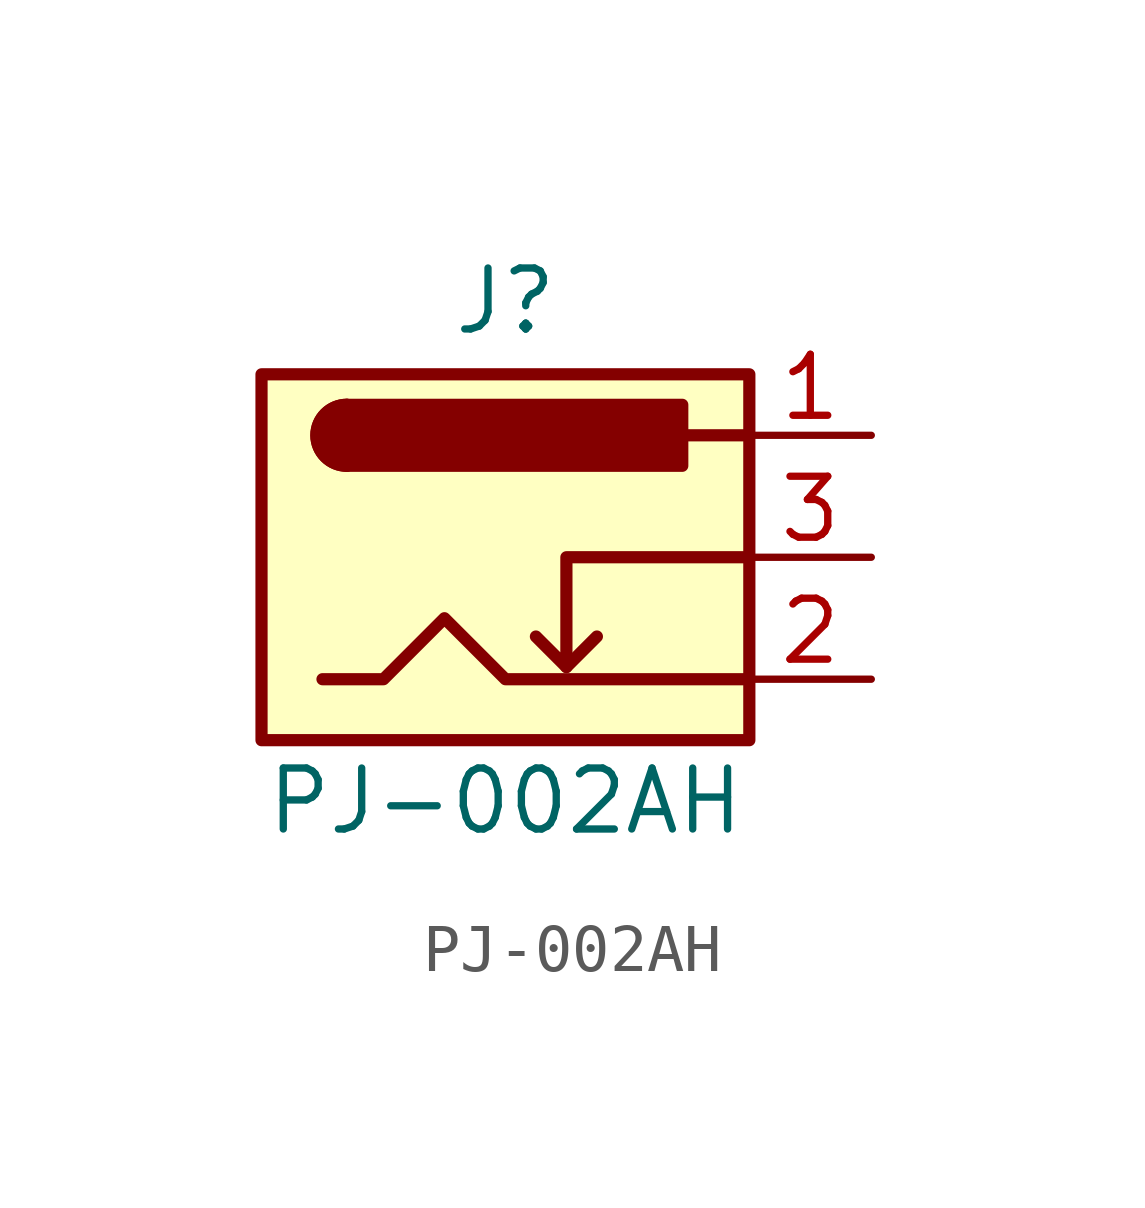
<source format=kicad_sym>
(kicad_symbol_lib
  (version 20241209)
  (generator "kicad_symbol_editor")
  (generator_version "9.0")
  (symbol "PJ-002AH"
    (pin_names
      (hide yes))
    (property "Reference" "J"
      (at 0 5.334 0)
      (effects (font (size 1.27 1.27))))
    (property "Value" "PJ-002AH"
      (at 0 -5.08 0)
      (effects (font (size 1.27 1.27))))
    (symbol "PJ-002AH_0_1"
      (rectangle (start -5.08 3.81) (end 5.08 -3.81) (stroke (width 0.254) (type default)) (fill (type background)))
      (polyline (pts (xy -3.81 -2.54) (xy -2.54 -2.54) (xy -1.27 -1.27) (xy 0 -2.54) (xy 2.54 -2.54) (xy 5.08 -2.54)) (stroke (width 0.254) (type default)) (fill (type none)))
      (arc (start -3.302 1.905) (mid -3.9343 2.54) (end -3.302 3.175) (stroke (width 0.254) (type default)) (fill (type none)))
      (arc (start -3.302 1.905) (mid -3.9343 2.54) (end -3.302 3.175) (stroke (width 0.254) (type default)) (fill (type outline)))
      (polyline (pts (xy 1.27 -2.286) (xy 1.905 -1.651)) (stroke (width 0.254) (type default)) (fill (type none)))
      (rectangle (start 3.683 3.175) (end -3.302 1.905) (stroke (width 0.254) (type default)) (fill (type outline)))
      (polyline (pts (xy 5.08 2.54) (xy 3.81 2.54)) (stroke (width 0.254) (type default)) (fill (type none)))
      (polyline (pts (xy 5.08 0) (xy 1.27 0) (xy 1.27 -2.286) (xy 0.635 -1.651)) (stroke (width 0.254) (type default)) (fill (type none))))
    (symbol "PJ-002AH_1_1"
      (pin passive line (at 7.62 2.54 180) (length 2.54) (name "~" (effects (font (size 1.27 1.27)))) (number "1" (effects (font (size 1.27 1.27)))))
      (pin passive line (at 7.62 0 180) (length 2.54) (name "~" (effects (font (size 1.27 1.27)))) (number "3" (effects (font (size 1.27 1.27)))))
      (pin passive line (at 7.62 -2.54 180) (length 2.54) (name "~" (effects (font (size 1.27 1.27)))) (number "2" (effects (font (size 1.27 1.27))))))))
</source>
